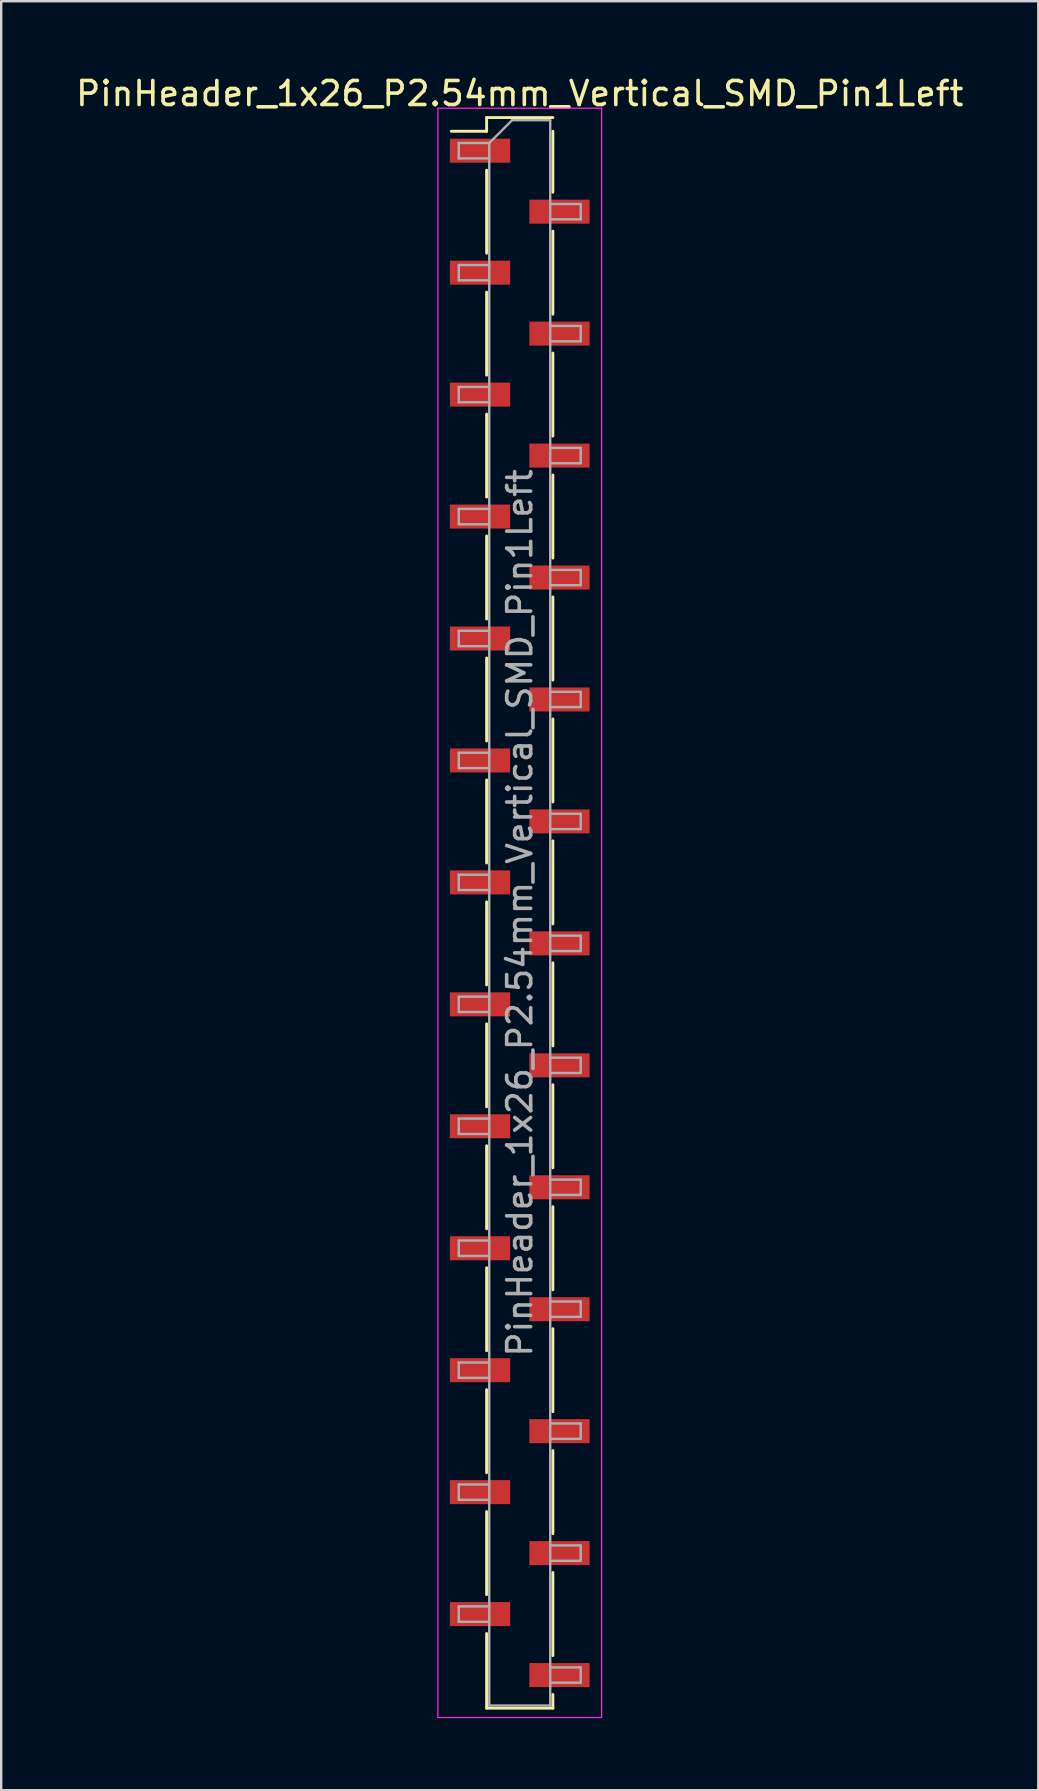
<source format=kicad_pcb>
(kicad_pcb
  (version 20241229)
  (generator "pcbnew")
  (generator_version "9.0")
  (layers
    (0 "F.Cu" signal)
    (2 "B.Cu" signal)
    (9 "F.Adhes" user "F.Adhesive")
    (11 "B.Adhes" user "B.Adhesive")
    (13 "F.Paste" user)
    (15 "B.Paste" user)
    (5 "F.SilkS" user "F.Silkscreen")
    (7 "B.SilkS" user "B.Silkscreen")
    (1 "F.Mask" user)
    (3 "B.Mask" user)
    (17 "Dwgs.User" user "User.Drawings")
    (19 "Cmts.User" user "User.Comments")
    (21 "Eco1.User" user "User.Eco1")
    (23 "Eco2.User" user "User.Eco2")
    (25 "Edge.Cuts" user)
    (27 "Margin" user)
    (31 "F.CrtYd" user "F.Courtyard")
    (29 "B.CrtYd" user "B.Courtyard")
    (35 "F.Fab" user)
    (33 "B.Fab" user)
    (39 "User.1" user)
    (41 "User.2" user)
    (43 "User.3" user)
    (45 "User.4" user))
  (footprint "PinHeader_1x26_P2.54mm_Vertical_SMD_Pin1Left"
    (layer "F.Cu")
    (at 18.601 34.978)
    (property "Reference" "PinHeader_1x26_P2.54mm_Vertical_SMD_Pin1Left" (at 0 -34.13 0) (layer "F.SilkS") (effects (font (size 1 1) (thickness 0.15))))
    (attr smd)
    (fp_line (start -1.38 -33.13) (end -1.38 -32.56) (stroke (width 0.12) (type solid)) (layer "F.SilkS"))
    (fp_line (start -1.38 -33.13) (end 1.38 -33.13) (stroke (width 0.12) (type solid)) (layer "F.SilkS"))
    (fp_line (start -1.38 -32.56) (end -2.85 -32.56) (stroke (width 0.12) (type solid)) (layer "F.SilkS"))
    (fp_line (start -1.38 -30.94) (end -1.38 -27.48) (stroke (width 0.12) (type solid)) (layer "F.SilkS"))
    (fp_line (start -1.38 -25.86) (end -1.38 -22.4) (stroke (width 0.12) (type solid)) (layer "F.SilkS"))
    (fp_line (start -1.38 -20.78) (end -1.38 -17.32) (stroke (width 0.12) (type solid)) (layer "F.SilkS"))
    (fp_line (start -1.38 -15.7) (end -1.38 -12.24) (stroke (width 0.12) (type solid)) (layer "F.SilkS"))
    (fp_line (start -1.38 -10.62) (end -1.38 -7.16) (stroke (width 0.12) (type solid)) (layer "F.SilkS"))
    (fp_line (start -1.38 -5.54) (end -1.38 -2.08) (stroke (width 0.12) (type solid)) (layer "F.SilkS"))
    (fp_line (start -1.38 -0.46) (end -1.38 3) (stroke (width 0.12) (type solid)) (layer "F.SilkS"))
    (fp_line (start -1.38 4.62) (end -1.38 8.08) (stroke (width 0.12) (type solid)) (layer "F.SilkS"))
    (fp_line (start -1.38 9.7) (end -1.38 13.16) (stroke (width 0.12) (type solid)) (layer "F.SilkS"))
    (fp_line (start -1.38 14.78) (end -1.38 18.24) (stroke (width 0.12) (type solid)) (layer "F.SilkS"))
    (fp_line (start -1.38 19.86) (end -1.38 23.32) (stroke (width 0.12) (type solid)) (layer "F.SilkS"))
    (fp_line (start -1.38 24.94) (end -1.38 28.4) (stroke (width 0.12) (type solid)) (layer "F.SilkS"))
    (fp_line (start -1.38 30.02) (end -1.38 33.13) (stroke (width 0.12) (type solid)) (layer "F.SilkS"))
    (fp_line (start -1.38 33.13) (end 1.38 33.13) (stroke (width 0.12) (type solid)) (layer "F.SilkS"))
    (fp_line (start 1.38 -32.56) (end 1.38 -30.02) (stroke (width 0.12) (type solid)) (layer "F.SilkS"))
    (fp_line (start 1.38 -28.4) (end 1.38 -24.94) (stroke (width 0.12) (type solid)) (layer "F.SilkS"))
    (fp_line (start 1.38 -23.32) (end 1.38 -19.86) (stroke (width 0.12) (type solid)) (layer "F.SilkS"))
    (fp_line (start 1.38 -18.24) (end 1.38 -14.78) (stroke (width 0.12) (type solid)) (layer "F.SilkS"))
    (fp_line (start 1.38 -13.16) (end 1.38 -9.7) (stroke (width 0.12) (type solid)) (layer "F.SilkS"))
    (fp_line (start 1.38 -8.08) (end 1.38 -4.62) (stroke (width 0.12) (type solid)) (layer "F.SilkS"))
    (fp_line (start 1.38 -3) (end 1.38 0.46) (stroke (width 0.12) (type solid)) (layer "F.SilkS"))
    (fp_line (start 1.38 2.08) (end 1.38 5.54) (stroke (width 0.12) (type solid)) (layer "F.SilkS"))
    (fp_line (start 1.38 7.16) (end 1.38 10.62) (stroke (width 0.12) (type solid)) (layer "F.SilkS"))
    (fp_line (start 1.38 12.24) (end 1.38 15.7) (stroke (width 0.12) (type solid)) (layer "F.SilkS"))
    (fp_line (start 1.38 17.32) (end 1.38 20.78) (stroke (width 0.12) (type solid)) (layer "F.SilkS"))
    (fp_line (start 1.38 22.4) (end 1.38 25.86) (stroke (width 0.12) (type solid)) (layer "F.SilkS"))
    (fp_line (start 1.38 27.48) (end 1.38 30.94) (stroke (width 0.12) (type solid)) (layer "F.SilkS"))
    (fp_line (start 1.38 32.56) (end 1.38 33.13) (stroke (width 0.12) (type solid)) (layer "F.SilkS"))
    (fp_line (start -3.41 -33.52) (end -3.41 33.52) (stroke (width 0.05) (type solid)) (layer "F.CrtYd"))
    (fp_line (start -3.41 33.52) (end 3.41 33.52) (stroke (width 0.05) (type solid)) (layer "F.CrtYd"))
    (fp_line (start 3.41 -33.52) (end -3.41 -33.52) (stroke (width 0.05) (type solid)) (layer "F.CrtYd"))
    (fp_line (start 3.41 33.52) (end 3.41 -33.52) (stroke (width 0.05) (type solid)) (layer "F.CrtYd"))
    (fp_line (start -2.54 -32.07) (end -2.54 -31.43) (stroke (width 0.1) (type solid)) (layer "F.Fab"))
    (fp_line (start -2.54 -31.43) (end -1.27 -31.43) (stroke (width 0.1) (type solid)) (layer "F.Fab"))
    (fp_line (start -2.54 -26.99) (end -2.54 -26.35) (stroke (width 0.1) (type solid)) (layer "F.Fab"))
    (fp_line (start -2.54 -26.35) (end -1.27 -26.35) (stroke (width 0.1) (type solid)) (layer "F.Fab"))
    (fp_line (start -2.54 -21.91) (end -2.54 -21.27) (stroke (width 0.1) (type solid)) (layer "F.Fab"))
    (fp_line (start -2.54 -21.27) (end -1.27 -21.27) (stroke (width 0.1) (type solid)) (layer "F.Fab"))
    (fp_line (start -2.54 -16.83) (end -2.54 -16.19) (stroke (width 0.1) (type solid)) (layer "F.Fab"))
    (fp_line (start -2.54 -16.19) (end -1.27 -16.19) (stroke (width 0.1) (type solid)) (layer "F.Fab"))
    (fp_line (start -2.54 -11.75) (end -2.54 -11.11) (stroke (width 0.1) (type solid)) (layer "F.Fab"))
    (fp_line (start -2.54 -11.11) (end -1.27 -11.11) (stroke (width 0.1) (type solid)) (layer "F.Fab"))
    (fp_line (start -2.54 -6.67) (end -2.54 -6.03) (stroke (width 0.1) (type solid)) (layer "F.Fab"))
    (fp_line (start -2.54 -6.03) (end -1.27 -6.03) (stroke (width 0.1) (type solid)) (layer "F.Fab"))
    (fp_line (start -2.54 -1.59) (end -2.54 -0.95) (stroke (width 0.1) (type solid)) (layer "F.Fab"))
    (fp_line (start -2.54 -0.95) (end -1.27 -0.95) (stroke (width 0.1) (type solid)) (layer "F.Fab"))
    (fp_line (start -2.54 3.49) (end -2.54 4.13) (stroke (width 0.1) (type solid)) (layer "F.Fab"))
    (fp_line (start -2.54 4.13) (end -1.27 4.13) (stroke (width 0.1) (type solid)) (layer "F.Fab"))
    (fp_line (start -2.54 8.57) (end -2.54 9.21) (stroke (width 0.1) (type solid)) (layer "F.Fab"))
    (fp_line (start -2.54 9.21) (end -1.27 9.21) (stroke (width 0.1) (type solid)) (layer "F.Fab"))
    (fp_line (start -2.54 13.65) (end -2.54 14.29) (stroke (width 0.1) (type solid)) (layer "F.Fab"))
    (fp_line (start -2.54 14.29) (end -1.27 14.29) (stroke (width 0.1) (type solid)) (layer "F.Fab"))
    (fp_line (start -2.54 18.73) (end -2.54 19.37) (stroke (width 0.1) (type solid)) (layer "F.Fab"))
    (fp_line (start -2.54 19.37) (end -1.27 19.37) (stroke (width 0.1) (type solid)) (layer "F.Fab"))
    (fp_line (start -2.54 23.81) (end -2.54 24.45) (stroke (width 0.1) (type solid)) (layer "F.Fab"))
    (fp_line (start -2.54 24.45) (end -1.27 24.45) (stroke (width 0.1) (type solid)) (layer "F.Fab"))
    (fp_line (start -2.54 28.89) (end -2.54 29.53) (stroke (width 0.1) (type solid)) (layer "F.Fab"))
    (fp_line (start -2.54 29.53) (end -1.27 29.53) (stroke (width 0.1) (type solid)) (layer "F.Fab"))
    (fp_line (start -1.27 -32.07) (end -2.54 -32.07) (stroke (width 0.1) (type solid)) (layer "F.Fab"))
    (fp_line (start -1.27 -32.07) (end -0.32 -33.02) (stroke (width 0.1) (type solid)) (layer "F.Fab"))
    (fp_line (start -1.27 -26.99) (end -2.54 -26.99) (stroke (width 0.1) (type solid)) (layer "F.Fab"))
    (fp_line (start -1.27 -21.91) (end -2.54 -21.91) (stroke (width 0.1) (type solid)) (layer "F.Fab"))
    (fp_line (start -1.27 -16.83) (end -2.54 -16.83) (stroke (width 0.1) (type solid)) (layer "F.Fab"))
    (fp_line (start -1.27 -11.75) (end -2.54 -11.75) (stroke (width 0.1) (type solid)) (layer "F.Fab"))
    (fp_line (start -1.27 -6.67) (end -2.54 -6.67) (stroke (width 0.1) (type solid)) (layer "F.Fab"))
    (fp_line (start -1.27 -1.59) (end -2.54 -1.59) (stroke (width 0.1) (type solid)) (layer "F.Fab"))
    (fp_line (start -1.27 3.49) (end -2.54 3.49) (stroke (width 0.1) (type solid)) (layer "F.Fab"))
    (fp_line (start -1.27 8.57) (end -2.54 8.57) (stroke (width 0.1) (type solid)) (layer "F.Fab"))
    (fp_line (start -1.27 13.65) (end -2.54 13.65) (stroke (width 0.1) (type solid)) (layer "F.Fab"))
    (fp_line (start -1.27 18.73) (end -2.54 18.73) (stroke (width 0.1) (type solid)) (layer "F.Fab"))
    (fp_line (start -1.27 23.81) (end -2.54 23.81) (stroke (width 0.1) (type solid)) (layer "F.Fab"))
    (fp_line (start -1.27 28.89) (end -2.54 28.89) (stroke (width 0.1) (type solid)) (layer "F.Fab"))
    (fp_line (start -1.27 33.02) (end -1.27 -32.07) (stroke (width 0.1) (type solid)) (layer "F.Fab"))
    (fp_line (start -0.32 -33.02) (end 1.27 -33.02) (stroke (width 0.1) (type solid)) (layer "F.Fab"))
    (fp_line (start 1.27 -33.02) (end 1.27 33.02) (stroke (width 0.1) (type solid)) (layer "F.Fab"))
    (fp_line (start 1.27 -29.53) (end 2.54 -29.53) (stroke (width 0.1) (type solid)) (layer "F.Fab"))
    (fp_line (start 1.27 -24.45) (end 2.54 -24.45) (stroke (width 0.1) (type solid)) (layer "F.Fab"))
    (fp_line (start 1.27 -19.37) (end 2.54 -19.37) (stroke (width 0.1) (type solid)) (layer "F.Fab"))
    (fp_line (start 1.27 -14.29) (end 2.54 -14.29) (stroke (width 0.1) (type solid)) (layer "F.Fab"))
    (fp_line (start 1.27 -9.21) (end 2.54 -9.21) (stroke (width 0.1) (type solid)) (layer "F.Fab"))
    (fp_line (start 1.27 -4.13) (end 2.54 -4.13) (stroke (width 0.1) (type solid)) (layer "F.Fab"))
    (fp_line (start 1.27 0.95) (end 2.54 0.95) (stroke (width 0.1) (type solid)) (layer "F.Fab"))
    (fp_line (start 1.27 6.03) (end 2.54 6.03) (stroke (width 0.1) (type solid)) (layer "F.Fab"))
    (fp_line (start 1.27 11.11) (end 2.54 11.11) (stroke (width 0.1) (type solid)) (layer "F.Fab"))
    (fp_line (start 1.27 16.19) (end 2.54 16.19) (stroke (width 0.1) (type solid)) (layer "F.Fab"))
    (fp_line (start 1.27 21.27) (end 2.54 21.27) (stroke (width 0.1) (type solid)) (layer "F.Fab"))
    (fp_line (start 1.27 26.35) (end 2.54 26.35) (stroke (width 0.1) (type solid)) (layer "F.Fab"))
    (fp_line (start 1.27 31.43) (end 2.54 31.43) (stroke (width 0.1) (type solid)) (layer "F.Fab"))
    (fp_line (start 1.27 33.02) (end -1.27 33.02) (stroke (width 0.1) (type solid)) (layer "F.Fab"))
    (fp_line (start 2.54 -29.53) (end 2.54 -28.89) (stroke (width 0.1) (type solid)) (layer "F.Fab"))
    (fp_line (start 2.54 -28.89) (end 1.27 -28.89) (stroke (width 0.1) (type solid)) (layer "F.Fab"))
    (fp_line (start 2.54 -24.45) (end 2.54 -23.81) (stroke (width 0.1) (type solid)) (layer "F.Fab"))
    (fp_line (start 2.54 -23.81) (end 1.27 -23.81) (stroke (width 0.1) (type solid)) (layer "F.Fab"))
    (fp_line (start 2.54 -19.37) (end 2.54 -18.73) (stroke (width 0.1) (type solid)) (layer "F.Fab"))
    (fp_line (start 2.54 -18.73) (end 1.27 -18.73) (stroke (width 0.1) (type solid)) (layer "F.Fab"))
    (fp_line (start 2.54 -14.29) (end 2.54 -13.65) (stroke (width 0.1) (type solid)) (layer "F.Fab"))
    (fp_line (start 2.54 -13.65) (end 1.27 -13.65) (stroke (width 0.1) (type solid)) (layer "F.Fab"))
    (fp_line (start 2.54 -9.21) (end 2.54 -8.57) (stroke (width 0.1) (type solid)) (layer "F.Fab"))
    (fp_line (start 2.54 -8.57) (end 1.27 -8.57) (stroke (width 0.1) (type solid)) (layer "F.Fab"))
    (fp_line (start 2.54 -4.13) (end 2.54 -3.49) (stroke (width 0.1) (type solid)) (layer "F.Fab"))
    (fp_line (start 2.54 -3.49) (end 1.27 -3.49) (stroke (width 0.1) (type solid)) (layer "F.Fab"))
    (fp_line (start 2.54 0.95) (end 2.54 1.59) (stroke (width 0.1) (type solid)) (layer "F.Fab"))
    (fp_line (start 2.54 1.59) (end 1.27 1.59) (stroke (width 0.1) (type solid)) (layer "F.Fab"))
    (fp_line (start 2.54 6.03) (end 2.54 6.67) (stroke (width 0.1) (type solid)) (layer "F.Fab"))
    (fp_line (start 2.54 6.67) (end 1.27 6.67) (stroke (width 0.1) (type solid)) (layer "F.Fab"))
    (fp_line (start 2.54 11.11) (end 2.54 11.75) (stroke (width 0.1) (type solid)) (layer "F.Fab"))
    (fp_line (start 2.54 11.75) (end 1.27 11.75) (stroke (width 0.1) (type solid)) (layer "F.Fab"))
    (fp_line (start 2.54 16.19) (end 2.54 16.83) (stroke (width 0.1) (type solid)) (layer "F.Fab"))
    (fp_line (start 2.54 16.83) (end 1.27 16.83) (stroke (width 0.1) (type solid)) (layer "F.Fab"))
    (fp_line (start 2.54 21.27) (end 2.54 21.91) (stroke (width 0.1) (type solid)) (layer "F.Fab"))
    (fp_line (start 2.54 21.91) (end 1.27 21.91) (stroke (width 0.1) (type solid)) (layer "F.Fab"))
    (fp_line (start 2.54 26.35) (end 2.54 26.99) (stroke (width 0.1) (type solid)) (layer "F.Fab"))
    (fp_line (start 2.54 26.99) (end 1.27 26.99) (stroke (width 0.1) (type solid)) (layer "F.Fab"))
    (fp_line (start 2.54 31.43) (end 2.54 32.07) (stroke (width 0.1) (type solid)) (layer "F.Fab"))
    (fp_line (start 2.54 32.07) (end 1.27 32.07) (stroke (width 0.1) (type solid)) (layer "F.Fab"))
    (fp_text user "${REFERENCE}" (at 0 0 90) (layer "F.Fab") (effects (font (size 1 1) (thickness 0.15))))
    (pad "1" smd rect (at -1.655 -31.75) (size 2.51 1) (layers "F.Cu" "F.Mask" "F.Paste"))
    (pad "2" smd rect (at 1.655 -29.21) (size 2.51 1) (layers "F.Cu" "F.Mask" "F.Paste"))
    (pad "3" smd rect (at -1.655 -26.67) (size 2.51 1) (layers "F.Cu" "F.Mask" "F.Paste"))
    (pad "4" smd rect (at 1.655 -24.13) (size 2.51 1) (layers "F.Cu" "F.Mask" "F.Paste"))
    (pad "5" smd rect (at -1.655 -21.59) (size 2.51 1) (layers "F.Cu" "F.Mask" "F.Paste"))
    (pad "6" smd rect (at 1.655 -19.05) (size 2.51 1) (layers "F.Cu" "F.Mask" "F.Paste"))
    (pad "7" smd rect (at -1.655 -16.51) (size 2.51 1) (layers "F.Cu" "F.Mask" "F.Paste"))
    (pad "8" smd rect (at 1.655 -13.97) (size 2.51 1) (layers "F.Cu" "F.Mask" "F.Paste"))
    (pad "9" smd rect (at -1.655 -11.43) (size 2.51 1) (layers "F.Cu" "F.Mask" "F.Paste"))
    (pad "10" smd rect (at 1.655 -8.89) (size 2.51 1) (layers "F.Cu" "F.Mask" "F.Paste"))
    (pad "11" smd rect (at -1.655 -6.35) (size 2.51 1) (layers "F.Cu" "F.Mask" "F.Paste"))
    (pad "12" smd rect (at 1.655 -3.81) (size 2.51 1) (layers "F.Cu" "F.Mask" "F.Paste"))
    (pad "13" smd rect (at -1.655 -1.27) (size 2.51 1) (layers "F.Cu" "F.Mask" "F.Paste"))
    (pad "14" smd rect (at 1.655 1.27) (size 2.51 1) (layers "F.Cu" "F.Mask" "F.Paste"))
    (pad "15" smd rect (at -1.655 3.81) (size 2.51 1) (layers "F.Cu" "F.Mask" "F.Paste"))
    (pad "16" smd rect (at 1.655 6.35) (size 2.51 1) (layers "F.Cu" "F.Mask" "F.Paste"))
    (pad "17" smd rect (at -1.655 8.89) (size 2.51 1) (layers "F.Cu" "F.Mask" "F.Paste"))
    (pad "18" smd rect (at 1.655 11.43) (size 2.51 1) (layers "F.Cu" "F.Mask" "F.Paste"))
    (pad "19" smd rect (at -1.655 13.97) (size 2.51 1) (layers "F.Cu" "F.Mask" "F.Paste"))
    (pad "20" smd rect (at 1.655 16.51) (size 2.51 1) (layers "F.Cu" "F.Mask" "F.Paste"))
    (pad "21" smd rect (at -1.655 19.05) (size 2.51 1) (layers "F.Cu" "F.Mask" "F.Paste"))
    (pad "22" smd rect (at 1.655 21.59) (size 2.51 1) (layers "F.Cu" "F.Mask" "F.Paste"))
    (pad "23" smd rect (at -1.655 24.13) (size 2.51 1) (layers "F.Cu" "F.Mask" "F.Paste"))
    (pad "24" smd rect (at 1.655 26.67) (size 2.51 1) (layers "F.Cu" "F.Mask" "F.Paste"))
    (pad "25" smd rect (at -1.655 29.21) (size 2.51 1) (layers "F.Cu" "F.Mask" "F.Paste"))
    (pad "26" smd rect (at 1.655 31.75) (size 2.51 1) (layers "F.Cu" "F.Mask" "F.Paste")))
  (gr_rect
    (start -3 -3)
    (end 40.202 71.523)
    (stroke (width 0.1) (type default))
    (fill no)
    (layer "Edge.Cuts")))
</source>
